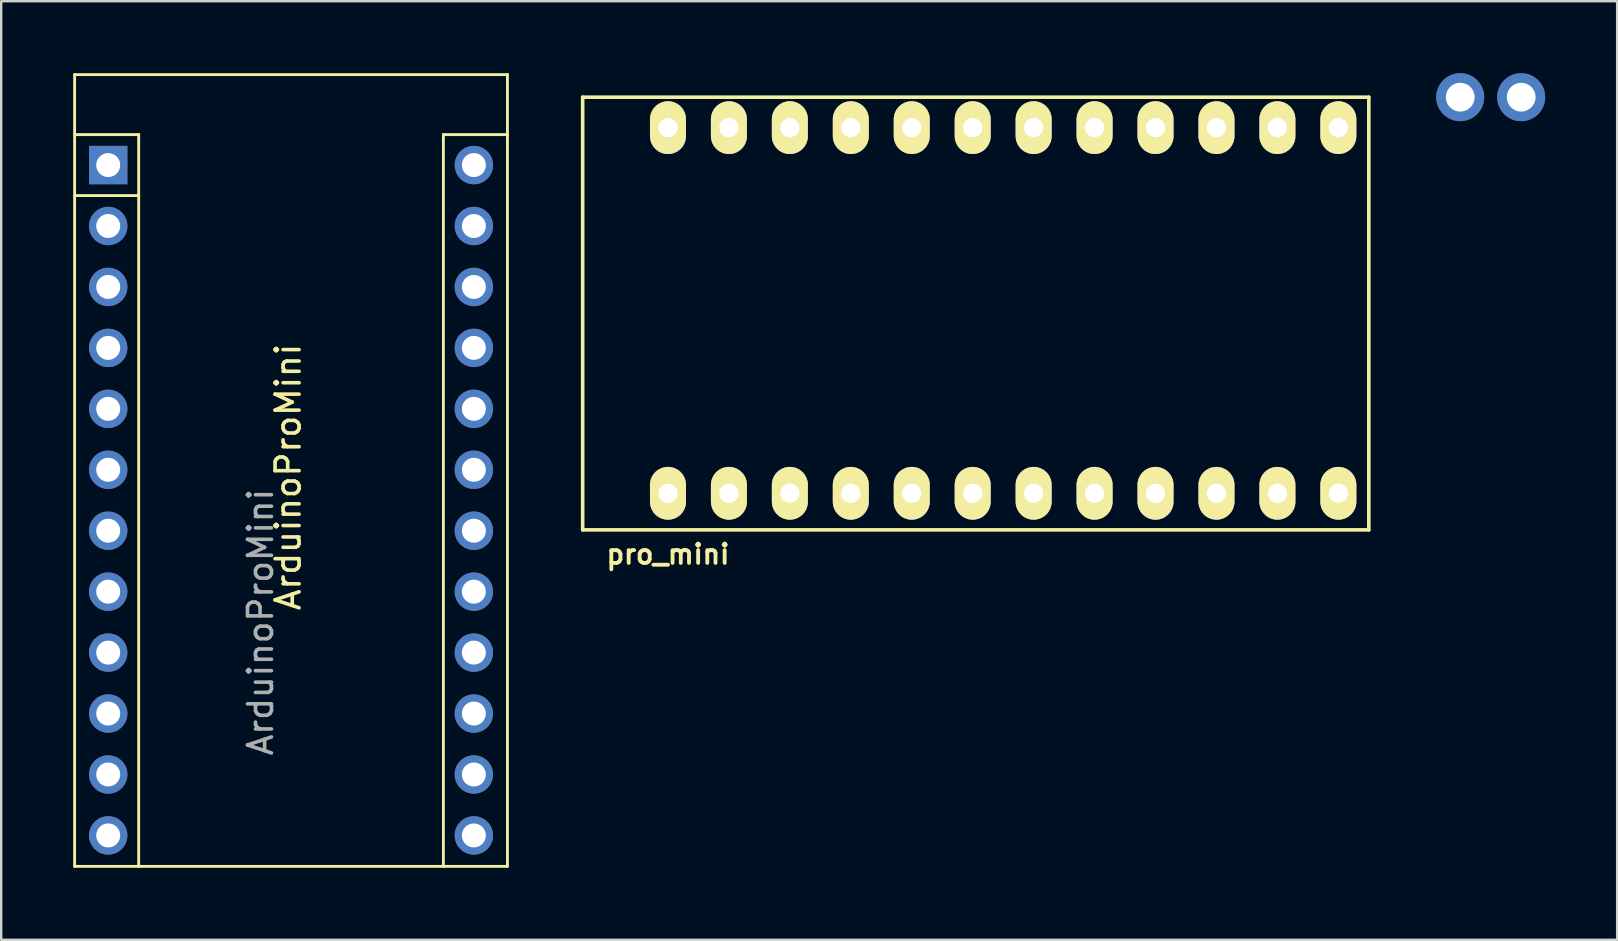
<source format=kicad_pcb>
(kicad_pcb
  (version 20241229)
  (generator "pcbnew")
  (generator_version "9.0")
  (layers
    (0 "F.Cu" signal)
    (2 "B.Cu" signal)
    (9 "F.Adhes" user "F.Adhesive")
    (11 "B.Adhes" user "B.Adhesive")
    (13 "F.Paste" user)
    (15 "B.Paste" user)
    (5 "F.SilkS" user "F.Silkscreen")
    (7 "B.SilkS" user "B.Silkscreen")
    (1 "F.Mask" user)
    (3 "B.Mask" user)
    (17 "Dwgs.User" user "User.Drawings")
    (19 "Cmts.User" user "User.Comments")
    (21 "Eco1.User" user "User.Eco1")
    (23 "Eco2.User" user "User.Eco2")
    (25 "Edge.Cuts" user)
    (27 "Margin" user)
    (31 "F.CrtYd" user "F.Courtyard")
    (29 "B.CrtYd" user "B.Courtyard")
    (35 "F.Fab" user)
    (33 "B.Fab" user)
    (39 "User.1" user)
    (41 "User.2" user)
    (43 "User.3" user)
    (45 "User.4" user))
  (footprint "ArduinoProMini"
    (layer "F.Cu")
    (at 1.46 3.83)
    (property "Reference" "ArduinoProMini" (at 7.5 13 90) (layer "F.SilkS") (effects (font (size 1 1) (thickness 0.15))))
    (attr through_hole)
    (fp_line (start -1.4 -3.77) (end -1.4 1.27) (stroke (width 0.12) (type solid)) (layer "F.SilkS"))
    (fp_line (start -1.4 1.27) (end -1.4 29.23) (stroke (width 0.12) (type solid)) (layer "F.SilkS"))
    (fp_line (start -1.4 29.23) (end 16.64 29.23) (stroke (width 0.12) (type solid)) (layer "F.SilkS"))
    (fp_line (start 1.27 -1.27) (end -1.4 -1.27) (stroke (width 0.12) (type solid)) (layer "F.SilkS"))
    (fp_line (start 1.27 1.27) (end -1.4 1.27) (stroke (width 0.12) (type solid)) (layer "F.SilkS"))
    (fp_line (start 1.27 1.27) (end 1.27 -1.27) (stroke (width 0.12) (type solid)) (layer "F.SilkS"))
    (fp_line (start 1.27 1.27) (end 1.27 29.23) (stroke (width 0.12) (type solid)) (layer "F.SilkS"))
    (fp_line (start 13.97 -1.27) (end 13.97 29.23) (stroke (width 0.12) (type solid)) (layer "F.SilkS"))
    (fp_line (start 13.97 -1.27) (end 16.64 -1.27) (stroke (width 0.12) (type solid)) (layer "F.SilkS"))
    (fp_line (start 16.64 -3.77) (end -1.4 -3.77) (stroke (width 0.12) (type solid)) (layer "F.SilkS"))
    (fp_line (start 16.64 -1.27) (end 16.64 -3.77) (stroke (width 0.12) (type solid)) (layer "F.SilkS"))
    (fp_line (start 16.64 29.23) (end 16.64 -1.27) (stroke (width 0.12) (type solid)) (layer "F.SilkS"))
    (fp_text user "${REFERENCE}" (at 6.35 19.05 270) (layer "F.Fab") (effects (font (size 1 1) (thickness 0.15))))
    (pad "1" thru_hole rect (at 0 0) (size 1.6 1.6) (drill 1) (layers "*.Cu" "*.Mask"))
    (pad "2" thru_hole oval (at 0 2.54) (size 1.6 1.6) (drill 1) (layers "*.Cu" "*.Mask"))
    (pad "3" thru_hole oval (at 0 5.08) (size 1.6 1.6) (drill 1) (layers "*.Cu" "*.Mask"))
    (pad "4" thru_hole oval (at 0 7.62) (size 1.6 1.6) (drill 1) (layers "*.Cu" "*.Mask"))
    (pad "5" thru_hole oval (at 0 10.16) (size 1.6 1.6) (drill 1) (layers "*.Cu" "*.Mask"))
    (pad "6" thru_hole oval (at 0 12.7) (size 1.6 1.6) (drill 1) (layers "*.Cu" "*.Mask"))
    (pad "7" thru_hole oval (at 0 15.24) (size 1.6 1.6) (drill 1) (layers "*.Cu" "*.Mask"))
    (pad "8" thru_hole oval (at 0 17.78) (size 1.6 1.6) (drill 1) (layers "*.Cu" "*.Mask"))
    (pad "9" thru_hole oval (at 0 20.32) (size 1.6 1.6) (drill 1) (layers "*.Cu" "*.Mask"))
    (pad "10" thru_hole oval (at 0 22.86) (size 1.6 1.6) (drill 1) (layers "*.Cu" "*.Mask"))
    (pad "11" thru_hole oval (at 0 25.4) (size 1.6 1.6) (drill 1) (layers "*.Cu" "*.Mask"))
    (pad "12" thru_hole oval (at 0 27.94) (size 1.6 1.6) (drill 1) (layers "*.Cu" "*.Mask"))
    (pad "19" thru_hole oval (at 15.24 27.94) (size 1.6 1.6) (drill 1) (layers "*.Cu" "*.Mask"))
    (pad "20" thru_hole oval (at 15.24 25.4) (size 1.6 1.6) (drill 1) (layers "*.Cu" "*.Mask"))
    (pad "21" thru_hole oval (at 15.24 22.86) (size 1.6 1.6) (drill 1) (layers "*.Cu" "*.Mask"))
    (pad "22" thru_hole oval (at 15.24 20.32) (size 1.6 1.6) (drill 1) (layers "*.Cu" "*.Mask"))
    (pad "23" thru_hole oval (at 15.24 17.78) (size 1.6 1.6) (drill 1) (layers "*.Cu" "*.Mask"))
    (pad "24" thru_hole oval (at 15.24 15.24) (size 1.6 1.6) (drill 1) (layers "*.Cu" "*.Mask"))
    (pad "25" thru_hole oval (at 15.24 12.7) (size 1.6 1.6) (drill 1) (layers "*.Cu" "*.Mask"))
    (pad "26" thru_hole oval (at 15.24 10.16) (size 1.6 1.6) (drill 1) (layers "*.Cu" "*.Mask"))
    (pad "27" thru_hole oval (at 15.24 7.62) (size 1.6 1.6) (drill 1) (layers "*.Cu" "*.Mask"))
    (pad "28" thru_hole oval (at 15.24 5.08) (size 1.6 1.6) (drill 1) (layers "*.Cu" "*.Mask"))
    (pad "29" thru_hole oval (at 15.24 2.54) (size 1.6 1.6) (drill 1) (layers "*.Cu" "*.Mask"))
    (pad "30" thru_hole oval (at 15.24 0) (size 1.6 1.6) (drill 1) (layers "*.Cu" "*.Mask")))
  (footprint "pro_mini"
    (layer "F.Cu")
    (at 38.761 9.89)
    (property "Reference" "pro_mini" (at -13.97 10.16 0) (layer "F.SilkS") (effects (font (size 0.8 0.8) (thickness 0.16))))
    (attr through_hole)
    (fp_line (start -17.526 -8.89) (end -17.526 9.144) (stroke (width 0.15) (type solid)) (layer "F.SilkS"))
    (fp_line (start -17.526 -8.89) (end 15.24 -8.89) (stroke (width 0.15) (type solid)) (layer "F.SilkS"))
    (fp_line (start 15.24 9.144) (end -17.526 9.144) (stroke (width 0.15) (type solid)) (layer "F.SilkS"))
    (fp_line (start 15.24 9.144) (end 15.24 -8.89) (stroke (width 0.15) (type solid)) (layer "F.SilkS"))
    (pad "1" thru_hole oval (at -13.97 7.62) (size 1.501 2.2) (drill 0.8) (layers "*.Cu" "*.Mask" "F.SilkS"))
    (pad "2" thru_hole oval (at -11.43 7.62) (size 1.501 2.2) (drill 0.8) (layers "*.Cu" "*.Mask" "F.SilkS"))
    (pad "3" thru_hole oval (at -8.89 7.62) (size 1.501 2.2) (drill 0.8) (layers "*.Cu" "*.Mask" "F.SilkS"))
    (pad "4" thru_hole oval (at -6.35 7.62) (size 1.501 2.2) (drill 0.8) (layers "*.Cu" "*.Mask" "F.SilkS"))
    (pad "5" thru_hole oval (at -3.81 7.62) (size 1.501 2.2) (drill 0.8) (layers "*.Cu" "*.Mask" "F.SilkS"))
    (pad "6" thru_hole oval (at -1.27 7.62) (size 1.501 2.2) (drill 0.8) (layers "*.Cu" "*.Mask" "F.SilkS"))
    (pad "7" thru_hole oval (at 1.27 7.62) (size 1.501 2.2) (drill 0.8) (layers "*.Cu" "*.Mask" "F.SilkS"))
    (pad "8" thru_hole oval (at 3.81 7.62) (size 1.501 2.2) (drill 0.8) (layers "*.Cu" "*.Mask" "F.SilkS"))
    (pad "9" thru_hole oval (at 6.35 7.62) (size 1.501 2.2) (drill 0.8) (layers "*.Cu" "*.Mask" "F.SilkS"))
    (pad "10" thru_hole oval (at 8.89 7.62) (size 1.501 2.2) (drill 0.8) (layers "*.Cu" "*.Mask" "F.SilkS"))
    (pad "11" thru_hole oval (at 11.43 7.62) (size 1.501 2.2) (drill 0.8) (layers "*.Cu" "*.Mask" "F.SilkS"))
    (pad "12" thru_hole oval (at 13.97 7.62) (size 1.501 2.2) (drill 0.8) (layers "*.Cu" "*.Mask" "F.SilkS"))
    (pad "13" thru_hole oval (at 13.97 -7.62) (size 1.501 2.2) (drill 0.8) (layers "*.Cu" "*.Mask" "F.SilkS"))
    (pad "14" thru_hole oval (at 11.43 -7.62) (size 1.501 2.2) (drill 0.8) (layers "*.Cu" "*.Mask" "F.SilkS"))
    (pad "15" thru_hole oval (at 8.89 -7.62) (size 1.501 2.2) (drill 0.8) (layers "*.Cu" "*.Mask" "F.SilkS"))
    (pad "16" thru_hole oval (at 6.35 -7.62) (size 1.501 2.2) (drill 0.8) (layers "*.Cu" "*.Mask" "F.SilkS"))
    (pad "17" thru_hole oval (at 3.81 -7.62) (size 1.501 2.2) (drill 0.8) (layers "*.Cu" "*.Mask" "F.SilkS"))
    (pad "18" thru_hole oval (at 1.27 -7.62) (size 1.501 2.2) (drill 0.8) (layers "*.Cu" "*.Mask" "F.SilkS"))
    (pad "19" thru_hole oval (at -1.27 -7.62) (size 1.501 2.2) (drill 0.8) (layers "*.Cu" "*.Mask" "F.SilkS"))
    (pad "20" thru_hole oval (at -3.81 -7.62) (size 1.501 2.2) (drill 0.8) (layers "*.Cu" "*.Mask" "F.SilkS"))
    (pad "21" thru_hole oval (at -6.35 -7.62) (size 1.501 2.2) (drill 0.8) (layers "*.Cu" "*.Mask" "F.SilkS"))
    (pad "22" thru_hole oval (at -8.89 -7.62) (size 1.501 2.2) (drill 0.8) (layers "*.Cu" "*.Mask" "F.SilkS"))
    (pad "23" thru_hole oval (at -11.43 -7.62) (size 1.501 2.2) (drill 0.8) (layers "*.Cu" "*.Mask" "F.SilkS"))
    (pad "24" thru_hole oval (at -13.97 -7.62) (size 1.501 2.2) (drill 0.8) (layers "*.Cu" "*.Mask" "F.SilkS"))
    (pad "25" thru_hole circle (at 19.05 -8.89) (size 2 2) (drill 1.2) (layers "*.Cu" "*.Mask"))
    (pad "26" thru_hole circle (at 21.59 -8.89) (size 2 2) (drill 1.2) (layers "*.Cu" "*.Mask")))
  (gr_rect
    (start -3 -3)
    (end 64.351 36.12)
    (stroke (width 0.1) (type default))
    (fill no)
    (layer "Edge.Cuts")))
</source>
